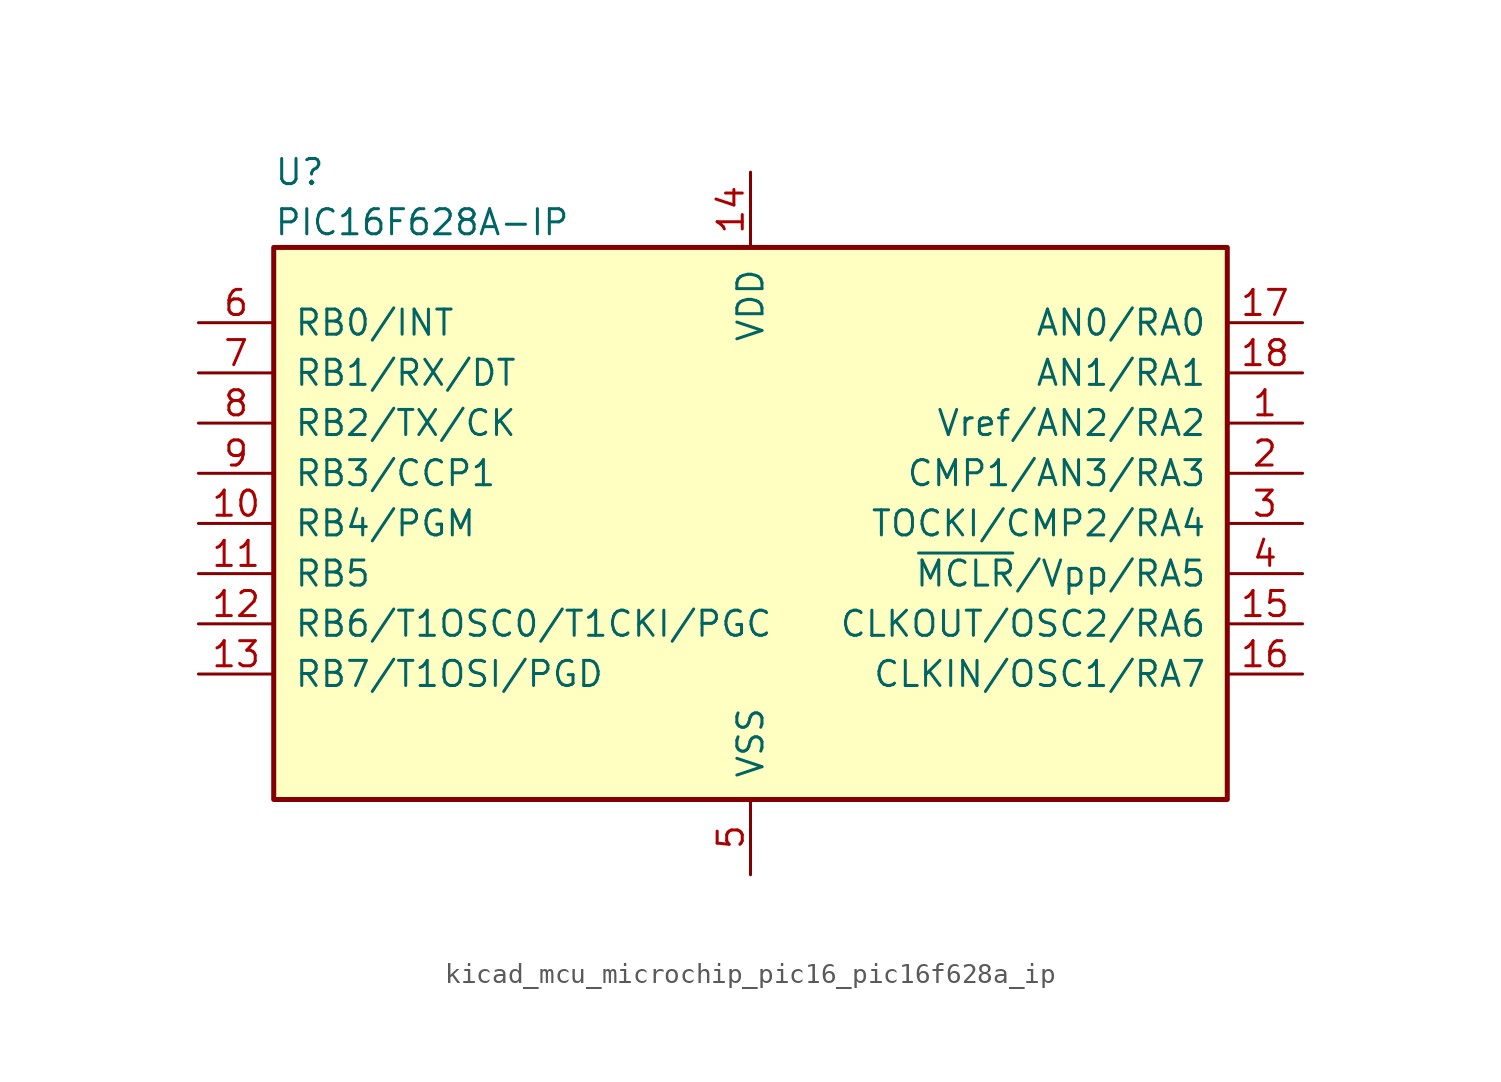
<source format=kicad_sym>
(kicad_symbol_lib
  (version 20220914)
  (generator kicad_symbol_editor)
  (symbol "kicad_mcu_microchip_pic16_pic16f628a_ip"
    (pin_names
      (offset 1.016))
    (property "Reference" "U"
      (at -24.13 17.78 0)
      (effects (font (size 1.27 1.27)) (justify left)))
    (property "Value" "PIC16F628A-IP"
      (at -24.13 15.24 0)
      (effects (font (size 1.27 1.27)) (justify left)))
    (symbol "kicad_mcu_microchip_pic16_pic16f628a_ip_0_1"
      (rectangle (start 24.13 13.97) (end -24.13 -13.97) (stroke (width 0.254) (type default)) (fill (type background))))
    (symbol "kicad_mcu_microchip_pic16_pic16f628a_ip_1_1"
      (pin bidirectional line (at 27.94 5.08 180) (length 3.81) (name "Vref/AN2/RA2" (effects (font (size 1.27 1.27)))) (number "1" (effects (font (size 1.27 1.27)))))
      (pin bidirectional line (at -27.94 0 0) (length 3.81) (name "RB4/PGM" (effects (font (size 1.27 1.27)))) (number "10" (effects (font (size 1.27 1.27)))))
      (pin bidirectional line (at -27.94 -2.54 0) (length 3.81) (name "RB5" (effects (font (size 1.27 1.27)))) (number "11" (effects (font (size 1.27 1.27)))))
      (pin bidirectional line (at -27.94 -5.08 0) (length 3.81) (name "RB6/T1OSC0/T1CKI/PGC" (effects (font (size 1.27 1.27)))) (number "12" (effects (font (size 1.27 1.27)))))
      (pin bidirectional line (at -27.94 -7.62 0) (length 3.81) (name "RB7/T1OSI/PGD" (effects (font (size 1.27 1.27)))) (number "13" (effects (font (size 1.27 1.27)))))
      (pin power_in line (at 0 17.78 270) (length 3.81) (name "VDD" (effects (font (size 1.27 1.27)))) (number "14" (effects (font (size 1.27 1.27)))))
      (pin bidirectional line (at 27.94 -5.08 180) (length 3.81) (name "CLKOUT/OSC2/RA6" (effects (font (size 1.27 1.27)))) (number "15" (effects (font (size 1.27 1.27)))))
      (pin bidirectional line (at 27.94 -7.62 180) (length 3.81) (name "CLKIN/OSC1/RA7" (effects (font (size 1.27 1.27)))) (number "16" (effects (font (size 1.27 1.27)))))
      (pin bidirectional line (at 27.94 10.16 180) (length 3.81) (name "AN0/RA0" (effects (font (size 1.27 1.27)))) (number "17" (effects (font (size 1.27 1.27)))))
      (pin bidirectional line (at 27.94 7.62 180) (length 3.81) (name "AN1/RA1" (effects (font (size 1.27 1.27)))) (number "18" (effects (font (size 1.27 1.27)))))
      (pin bidirectional line (at 27.94 2.54 180) (length 3.81) (name "CMP1/AN3/RA3" (effects (font (size 1.27 1.27)))) (number "2" (effects (font (size 1.27 1.27)))))
      (pin bidirectional line (at 27.94 0 180) (length 3.81) (name "TOCKI/CMP2/RA4" (effects (font (size 1.27 1.27)))) (number "3" (effects (font (size 1.27 1.27)))))
      (pin input line (at 27.94 -2.54 180) (length 3.81) (name "~{MCLR}/Vpp/RA5" (effects (font (size 1.27 1.27)))) (number "4" (effects (font (size 1.27 1.27)))))
      (pin power_in line (at 0 -17.78 90) (length 3.81) (name "VSS" (effects (font (size 1.27 1.27)))) (number "5" (effects (font (size 1.27 1.27)))))
      (pin bidirectional line (at -27.94 10.16 0) (length 3.81) (name "RB0/INT" (effects (font (size 1.27 1.27)))) (number "6" (effects (font (size 1.27 1.27)))))
      (pin bidirectional line (at -27.94 7.62 0) (length 3.81) (name "RB1/RX/DT" (effects (font (size 1.27 1.27)))) (number "7" (effects (font (size 1.27 1.27)))))
      (pin bidirectional line (at -27.94 5.08 0) (length 3.81) (name "RB2/TX/CK" (effects (font (size 1.27 1.27)))) (number "8" (effects (font (size 1.27 1.27)))))
      (pin bidirectional line (at -27.94 2.54 0) (length 3.81) (name "RB3/CCP1" (effects (font (size 1.27 1.27)))) (number "9" (effects (font (size 1.27 1.27))))))))
</source>
